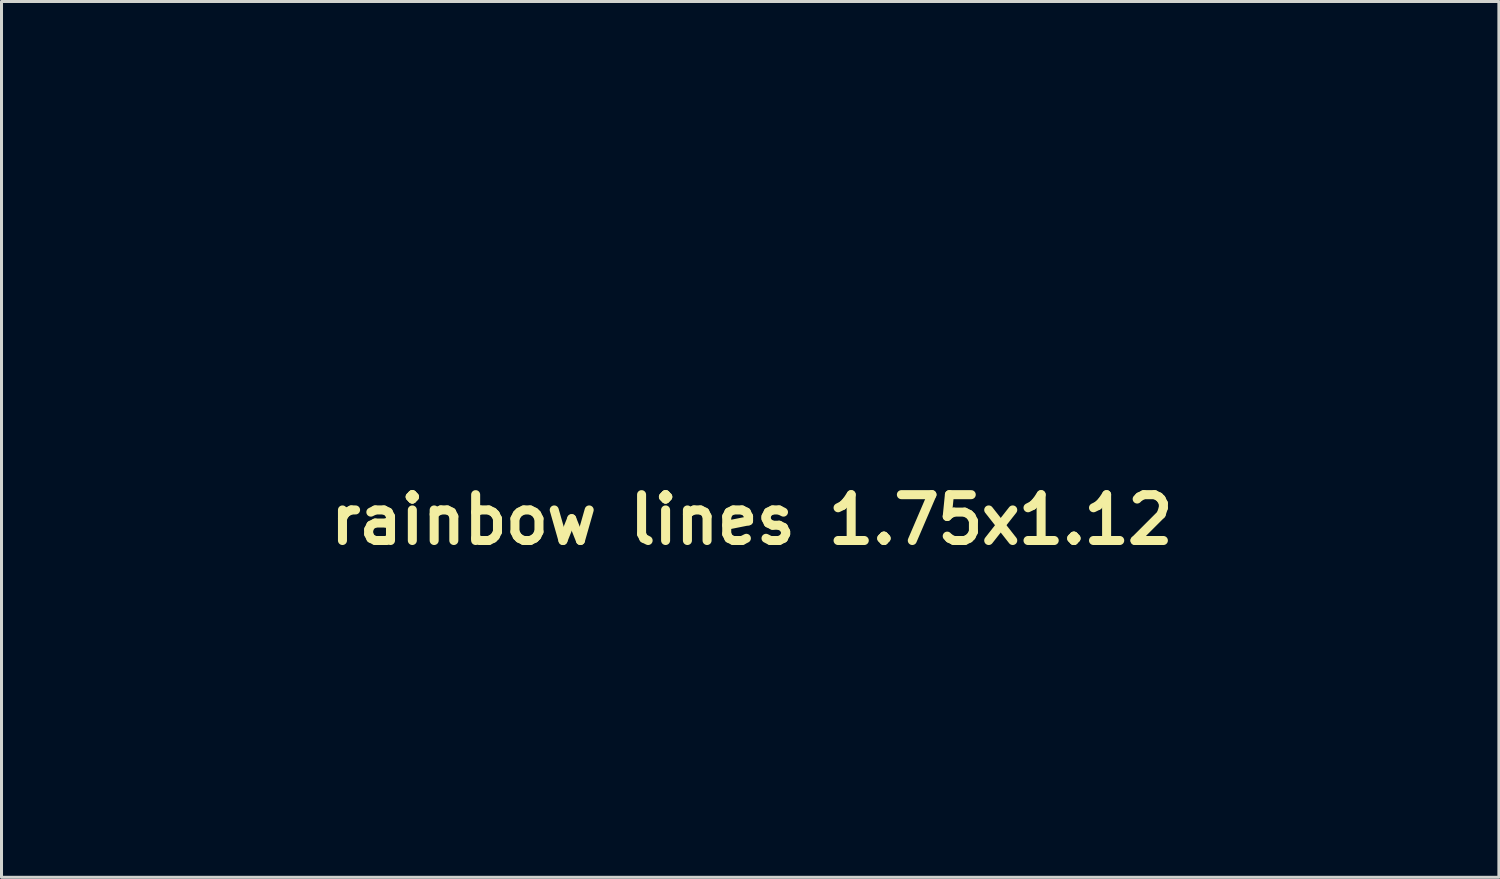
<source format=kicad_pcb>
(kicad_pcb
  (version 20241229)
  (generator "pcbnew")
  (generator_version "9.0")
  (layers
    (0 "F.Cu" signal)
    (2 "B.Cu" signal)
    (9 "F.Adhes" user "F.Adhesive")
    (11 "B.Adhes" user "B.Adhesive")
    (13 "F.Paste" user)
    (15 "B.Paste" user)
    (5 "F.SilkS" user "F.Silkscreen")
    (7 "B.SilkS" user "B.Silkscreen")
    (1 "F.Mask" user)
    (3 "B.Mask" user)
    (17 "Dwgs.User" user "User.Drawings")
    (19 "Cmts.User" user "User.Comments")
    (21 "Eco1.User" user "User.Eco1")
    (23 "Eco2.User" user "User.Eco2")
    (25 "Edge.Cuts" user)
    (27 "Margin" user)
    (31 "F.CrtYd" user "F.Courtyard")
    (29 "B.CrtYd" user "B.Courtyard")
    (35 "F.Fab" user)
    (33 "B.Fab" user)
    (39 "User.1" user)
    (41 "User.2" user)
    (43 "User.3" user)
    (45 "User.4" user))
  (footprint "rainbow lines 1.75x1.12"
    (layer "F.Cu")
    (at 21.941 14.227)
    (property "Reference" "rainbow lines 1.75x1.12" (at 0 0 0) (layer "F.SilkS") (effects (font (size 1.524 1.524) (thickness 0.3))))
    (attr board_only exclude_from_pos_files exclude_from_bom)
    (fp_poly (pts (xy 0.242 3.243) (xy 0.739 3.291) (xy 1.237 3.379) (xy 1.734 3.508) (xy 2.23 3.678) (xy 2.726 3.89) (xy 3.221 4.142) (xy 3.714 4.435) (xy 4.206 4.769) (xy 4.381 4.898) (xy 4.501 4.99) (xy 4.637 5.099) (xy 4.785 5.221) (xy 4.94 5.351) (xy 5.098 5.486) (xy 5.254 5.622) (xy 5.404 5.755) (xy 5.544 5.881) (xy 5.668 5.996) (xy 5.773 6.096) (xy 5.854 6.177) (xy 5.907 6.236) (xy 5.912 6.243) (xy 5.957 6.301) (xy 5.905 6.334) (xy 5.86 6.367) (xy 5.801 6.418) (xy 5.757 6.459) (xy 5.687 6.517) (xy 5.612 6.567) (xy 5.569 6.589) (xy 5.505 6.627) (xy 5.418 6.697) (xy 5.307 6.798) (xy 5.23 6.872) (xy 5.089 7.013) (xy 4.976 7.127) (xy 4.887 7.217) (xy 4.82 7.288) (xy 4.772 7.343) (xy 4.738 7.384) (xy 4.717 7.416) (xy 4.706 7.441) (xy 4.704 7.449) (xy 4.676 7.509) (xy 4.636 7.562) (xy 4.603 7.6) (xy 4.553 7.664) (xy 4.494 7.743) (xy 4.443 7.813) (xy 4.363 7.931) (xy 4.31 8.028) (xy 4.277 8.113) (xy 4.272 8.134) (xy 4.249 8.209) (xy 4.22 8.275) (xy 4.201 8.305) (xy 4.17 8.356) (xy 4.158 8.399) (xy 4.153 8.436) (xy 4.138 8.503) (xy 4.116 8.59) (xy 4.096 8.664) (xy 4.035 8.885) (xy 3.838 8.643) (xy 3.643 8.41) (xy 3.429 8.164) (xy 3.207 7.919) (xy 2.99 7.686) (xy 2.826 7.517) (xy 2.484 7.186) (xy 2.152 6.894) (xy 1.829 6.64) (xy 1.512 6.422) (xy 1.201 6.24) (xy 0.893 6.092) (xy 0.586 5.978) (xy 0.28 5.896) (xy 0.21 5.882) (xy 0.095 5.867) (xy -0.05 5.859) (xy -0.21 5.858) (xy -0.372 5.863) (xy -0.521 5.874) (xy -0.644 5.892) (xy -0.649 5.893) (xy -0.962 5.975) (xy -1.282 6.096) (xy -1.605 6.254) (xy -1.928 6.447) (xy -2.249 6.675) (xy -2.356 6.759) (xy -2.554 6.926) (xy -2.769 7.12) (xy -2.995 7.335) (xy -3.225 7.564) (xy -3.451 7.799) (xy -3.667 8.033) (xy -3.867 8.26) (xy -4.038 8.468) (xy -4.095 8.536) (xy -4.132 8.569) (xy -4.152 8.571) (xy -4.159 8.542) (xy -4.16 8.536) (xy -4.167 8.5) (xy -4.188 8.435) (xy -4.218 8.354) (xy -4.239 8.303) (xy -4.276 8.209) (xy -4.309 8.12) (xy -4.333 8.048) (xy -4.34 8.024) (xy -4.373 7.948) (xy -4.416 7.904) (xy -4.451 7.876) (xy -4.459 7.853) (xy -4.464 7.828) (xy -4.482 7.809) (xy -4.51 7.777) (xy -4.548 7.72) (xy -4.583 7.659) (xy -4.635 7.571) (xy -4.695 7.475) (xy -4.734 7.42) (xy -4.793 7.335) (xy -4.858 7.243) (xy -4.896 7.189) (xy -4.971 7.094) (xy -5.073 6.985) (xy -5.19 6.872) (xy -5.28 6.794) (xy -5.335 6.742) (xy -5.393 6.68) (xy -5.403 6.667) (xy -5.466 6.609) (xy -5.548 6.558) (xy -5.575 6.545) (xy -5.636 6.517) (xy -5.676 6.495) (xy -5.686 6.486) (xy -5.703 6.468) (xy -5.747 6.435) (xy -5.808 6.392) (xy -5.81 6.391) (xy -5.873 6.351) (xy -5.924 6.319) (xy -5.96 6.292) (xy -5.98 6.265) (xy -5.983 6.235) (xy -5.966 6.198) (xy -5.927 6.15) (xy -5.865 6.087) (xy -5.779 6.005) (xy -5.665 5.9) (xy -5.531 5.776) (xy -5.155 5.434) (xy -4.793 5.126) (xy -4.442 4.849) (xy -4.096 4.599) (xy -3.75 4.372) (xy -3.401 4.166) (xy -3.042 3.977) (xy -2.721 3.825) (xy -2.231 3.625) (xy -1.739 3.466) (xy -1.245 3.349) (xy -0.75 3.272) (xy -0.254 3.237)) (stroke (width 0) (type solid)) (fill yes) (layer "F.Mask"))
    (fp_poly (pts (xy 0.292 -14.223) (xy 0.838 -14.202) (xy 1.392 -14.166) (xy 1.945 -14.115) (xy 2.486 -14.049) (xy 2.725 -14.014) (xy 3.601 -13.86) (xy 4.467 -13.666) (xy 5.322 -13.433) (xy 6.166 -13.16) (xy 6.997 -12.849) (xy 7.815 -12.499) (xy 8.62 -12.112) (xy 9.41 -11.688) (xy 10.185 -11.227) (xy 10.943 -10.73) (xy 11.685 -10.197) (xy 12.41 -9.629) (xy 13.117 -9.027) (xy 13.804 -8.39) (xy 14.472 -7.719) (xy 15.119 -7.015) (xy 15.746 -6.278) (xy 16.35 -5.509) (xy 16.848 -4.827) (xy 17.441 -3.952) (xy 18.005 -3.046) (xy 18.54 -2.11) (xy 19.046 -1.144) (xy 19.522 -0.15) (xy 19.967 0.873) (xy 20.383 1.922) (xy 20.767 2.998) (xy 21.121 4.099) (xy 21.443 5.225) (xy 21.727 6.348) (xy 21.758 6.482) (xy 21.786 6.602) (xy 21.808 6.702) (xy 21.823 6.776) (xy 21.831 6.82) (xy 21.832 6.829) (xy 21.811 6.82) (xy 21.761 6.785) (xy 21.685 6.726) (xy 21.586 6.646) (xy 21.466 6.547) (xy 21.404 6.494) (xy 21.269 6.388) (xy 21.154 6.314) (xy 21.08 6.279) (xy 20.995 6.241) (xy 20.95 6.204) (xy 20.941 6.187) (xy 20.643 5.059) (xy 20.316 3.959) (xy 19.96 2.886) (xy 19.575 1.841) (xy 19.161 0.824) (xy 18.719 -0.164) (xy 18.249 -1.123) (xy 17.752 -2.052) (xy 17.227 -2.951) (xy 16.674 -3.819) (xy 16.095 -4.656) (xy 15.489 -5.461) (xy 14.857 -6.234) (xy 14.198 -6.974) (xy 13.514 -7.682) (xy 13.066 -8.113) (xy 12.729 -8.425) (xy 12.409 -8.71) (xy 12.099 -8.977) (xy 11.788 -9.231) (xy 11.469 -9.481) (xy 11.133 -9.733) (xy 10.941 -9.873) (xy 10.188 -10.393) (xy 9.421 -10.875) (xy 8.642 -11.316) (xy 7.851 -11.719) (xy 7.049 -12.081) (xy 6.234 -12.404) (xy 5.409 -12.687) (xy 4.572 -12.93) (xy 3.725 -13.133) (xy 2.867 -13.296) (xy 2 -13.419) (xy 1.122 -13.501) (xy 0.841 -13.519) (xy 0.371 -13.539) (xy -0.083 -13.546) (xy -0.534 -13.539) (xy -0.995 -13.518) (xy -1.479 -13.483) (xy -1.682 -13.465) (xy -2.537 -13.364) (xy -3.384 -13.223) (xy -4.222 -13.042) (xy -5.05 -12.822) (xy -5.867 -12.563) (xy -6.673 -12.265) (xy -7.467 -11.929) (xy -8.248 -11.556) (xy -9.015 -11.145) (xy -9.768 -10.698) (xy -10.505 -10.214) (xy -11.227 -9.695) (xy -11.933 -9.14) (xy -12.621 -8.551) (xy -13.291 -7.927) (xy -13.943 -7.269) (xy -14.575 -6.578) (xy -15.187 -5.854) (xy -15.778 -5.097) (xy -16.347 -4.308) (xy -16.371 -4.273) (xy -16.947 -3.404) (xy -17.496 -2.507) (xy -18.017 -1.58) (xy -18.51 -0.623) (xy -18.976 0.364) (xy -19.415 1.382) (xy -19.827 2.432) (xy -20.212 3.513) (xy -20.571 4.627) (xy -20.889 5.721) (xy -21.03 6.231) (xy -21.144 6.287) (xy -21.246 6.346) (xy -21.375 6.437) (xy -21.529 6.56) (xy -21.709 6.713) (xy -21.767 6.764) (xy -21.843 6.829) (xy -21.899 6.873) (xy -21.934 6.893) (xy -21.941 6.889) (xy -21.933 6.857) (xy -21.916 6.791) (xy -21.892 6.698) (xy -21.864 6.584) (xy -21.832 6.455) (xy -21.816 6.391) (xy -21.663 5.798) (xy -21.492 5.18) (xy -21.306 4.549) (xy -21.109 3.916) (xy -20.904 3.294) (xy -20.709 2.732) (xy -20.321 1.697) (xy -19.908 0.689) (xy -19.468 -0.291) (xy -19.004 -1.243) (xy -18.514 -2.167) (xy -18.001 -3.061) (xy -17.464 -3.925) (xy -16.903 -4.758) (xy -16.32 -5.561) (xy -15.715 -6.332) (xy -15.088 -7.071) (xy -14.439 -7.777) (xy -13.77 -8.45) (xy -13.08 -9.089) (xy -12.371 -9.694) (xy -11.642 -10.264) (xy -10.894 -10.799) (xy -10.128 -11.298) (xy -9.343 -11.76) (xy -8.542 -12.185) (xy -7.723 -12.572) (xy -7.16 -12.812) (xy -6.342 -13.126) (xy -5.52 -13.399) (xy -4.692 -13.633) (xy -3.855 -13.828) (xy -3.006 -13.984) (xy -2.143 -14.102) (xy -1.263 -14.183) (xy -0.73 -14.214) (xy -0.234 -14.227)) (stroke (width 0) (type solid)) (fill yes) (layer "F.Mask"))
    (fp_poly (pts (xy 0.176 -6.97) (xy 0.393 -6.968) (xy 0.581 -6.964) (xy 0.749 -6.958) (xy 0.905 -6.949) (xy 1.057 -6.936) (xy 1.212 -6.919) (xy 1.379 -6.897) (xy 1.566 -6.871) (xy 1.737 -6.845) (xy 2.429 -6.717) (xy 3.117 -6.549) (xy 3.799 -6.34) (xy 4.474 -6.091) (xy 5.143 -5.802) (xy 5.805 -5.474) (xy 6.459 -5.107) (xy 7.104 -4.701) (xy 7.741 -4.257) (xy 8.368 -3.775) (xy 8.985 -3.255) (xy 9.591 -2.699) (xy 10.187 -2.105) (xy 10.77 -1.476) (xy 11.342 -0.81) (xy 11.9 -0.108) (xy 12.006 0.031) (xy 12.283 0.406) (xy 12.57 0.812) (xy 12.862 1.24) (xy 13.154 1.682) (xy 13.441 2.131) (xy 13.716 2.579) (xy 13.975 3.016) (xy 14.214 3.436) (xy 14.216 3.439) (xy 14.244 3.491) (xy 13.721 3.497) (xy 13.467 3.502) (xy 13.249 3.509) (xy 13.06 3.52) (xy 12.892 3.536) (xy 12.739 3.558) (xy 12.591 3.588) (xy 12.442 3.625) (xy 12.284 3.671) (xy 12.147 3.715) (xy 11.947 3.784) (xy 11.784 3.848) (xy 11.651 3.909) (xy 11.544 3.969) (xy 11.466 4.024) (xy 11.417 4.06) (xy 11.383 4.08) (xy 11.376 4.081) (xy 11.36 4.064) (xy 11.325 4.018) (xy 11.276 3.946) (xy 11.216 3.856) (xy 11.157 3.765) (xy 10.639 2.98) (xy 10.115 2.231) (xy 9.584 1.521) (xy 9.047 0.848) (xy 8.505 0.214) (xy 7.957 -0.381) (xy 7.404 -0.937) (xy 6.846 -1.454) (xy 6.284 -1.931) (xy 5.718 -2.368) (xy 5.147 -2.765) (xy 4.574 -3.121) (xy 3.997 -3.436) (xy 3.658 -3.602) (xy 3.149 -3.825) (xy 2.65 -4.013) (xy 2.154 -4.168) (xy 1.651 -4.292) (xy 1.133 -4.389) (xy 0.804 -4.436) (xy 0.598 -4.457) (xy 0.36 -4.472) (xy 0.1 -4.481) (xy -0.168 -4.484) (xy -0.435 -4.481) (xy -0.688 -4.472) (xy -0.916 -4.457) (xy -1.018 -4.447) (xy -1.598 -4.363) (xy -2.173 -4.242) (xy -2.743 -4.083) (xy -3.309 -3.886) (xy -3.872 -3.65) (xy -4.433 -3.375) (xy -4.993 -3.061) (xy -5.554 -2.706) (xy -6.115 -2.311) (xy -6.678 -1.875) (xy -6.726 -1.837) (xy -6.925 -1.67) (xy -7.144 -1.475) (xy -7.38 -1.259) (xy -7.627 -1.026) (xy -7.879 -0.781) (xy -8.13 -0.53) (xy -8.376 -0.278) (xy -8.61 -0.031) (xy -8.828 0.206) (xy -8.93 0.321) (xy -9.278 0.727) (xy -9.636 1.165) (xy -9.997 1.627) (xy -10.356 2.106) (xy -10.708 2.593) (xy -11.047 3.083) (xy -11.368 3.567) (xy -11.472 3.729) (xy -11.528 3.818) (xy -11.576 3.892) (xy -11.611 3.947) (xy -11.629 3.974) (xy -11.63 3.976) (xy -11.651 3.97) (xy -11.695 3.946) (xy -11.721 3.931) (xy -11.797 3.888) (xy -11.882 3.849) (xy -11.903 3.841) (xy -11.982 3.807) (xy -12.055 3.767) (xy -12.073 3.755) (xy -12.155 3.712) (xy -12.273 3.668) (xy -12.422 3.625) (xy -12.593 3.585) (xy -12.78 3.549) (xy -12.976 3.519) (xy -13.173 3.496) (xy -13.231 3.491) (xy -13.3 3.488) (xy -13.401 3.488) (xy -13.525 3.49) (xy -13.663 3.494) (xy -13.808 3.499) (xy -13.95 3.505) (xy -14.082 3.512) (xy -14.195 3.52) (xy -14.282 3.527) (xy -14.332 3.535) (xy -14.334 3.535) (xy -14.352 3.537) (xy -14.358 3.528) (xy -14.352 3.503) (xy -14.332 3.457) (xy -14.295 3.387) (xy -14.24 3.286) (xy -14.215 3.24) (xy -13.71 2.365) (xy -13.191 1.528) (xy -12.658 0.731) (xy -12.111 -0.029) (xy -11.549 -0.751) (xy -10.972 -1.435) (xy -10.379 -2.083) (xy -9.77 -2.694) (xy -9.145 -3.269) (xy -8.504 -3.809) (xy -8.272 -3.992) (xy -7.642 -4.457) (xy -7.002 -4.885) (xy -6.351 -5.274) (xy -5.692 -5.625) (xy -5.024 -5.936) (xy -4.348 -6.208) (xy -3.666 -6.44) (xy -2.978 -6.632) (xy -2.286 -6.783) (xy -1.859 -6.855) (xy -1.659 -6.884) (xy -1.48 -6.908) (xy -1.315 -6.928) (xy -1.155 -6.943) (xy -0.993 -6.954) (xy -0.821 -6.961) (xy -0.631 -6.967) (xy -0.415 -6.969) (xy -0.166 -6.97) (xy -0.077 -6.97)) (stroke (width 0) (type solid)) (fill yes) (layer "F.Mask")))
  (gr_rect
    (start -3 -3)
    (end 46.773 26.112)
    (stroke (width 0.1) (type default))
    (fill no)
    (layer "Edge.Cuts")))
</source>
